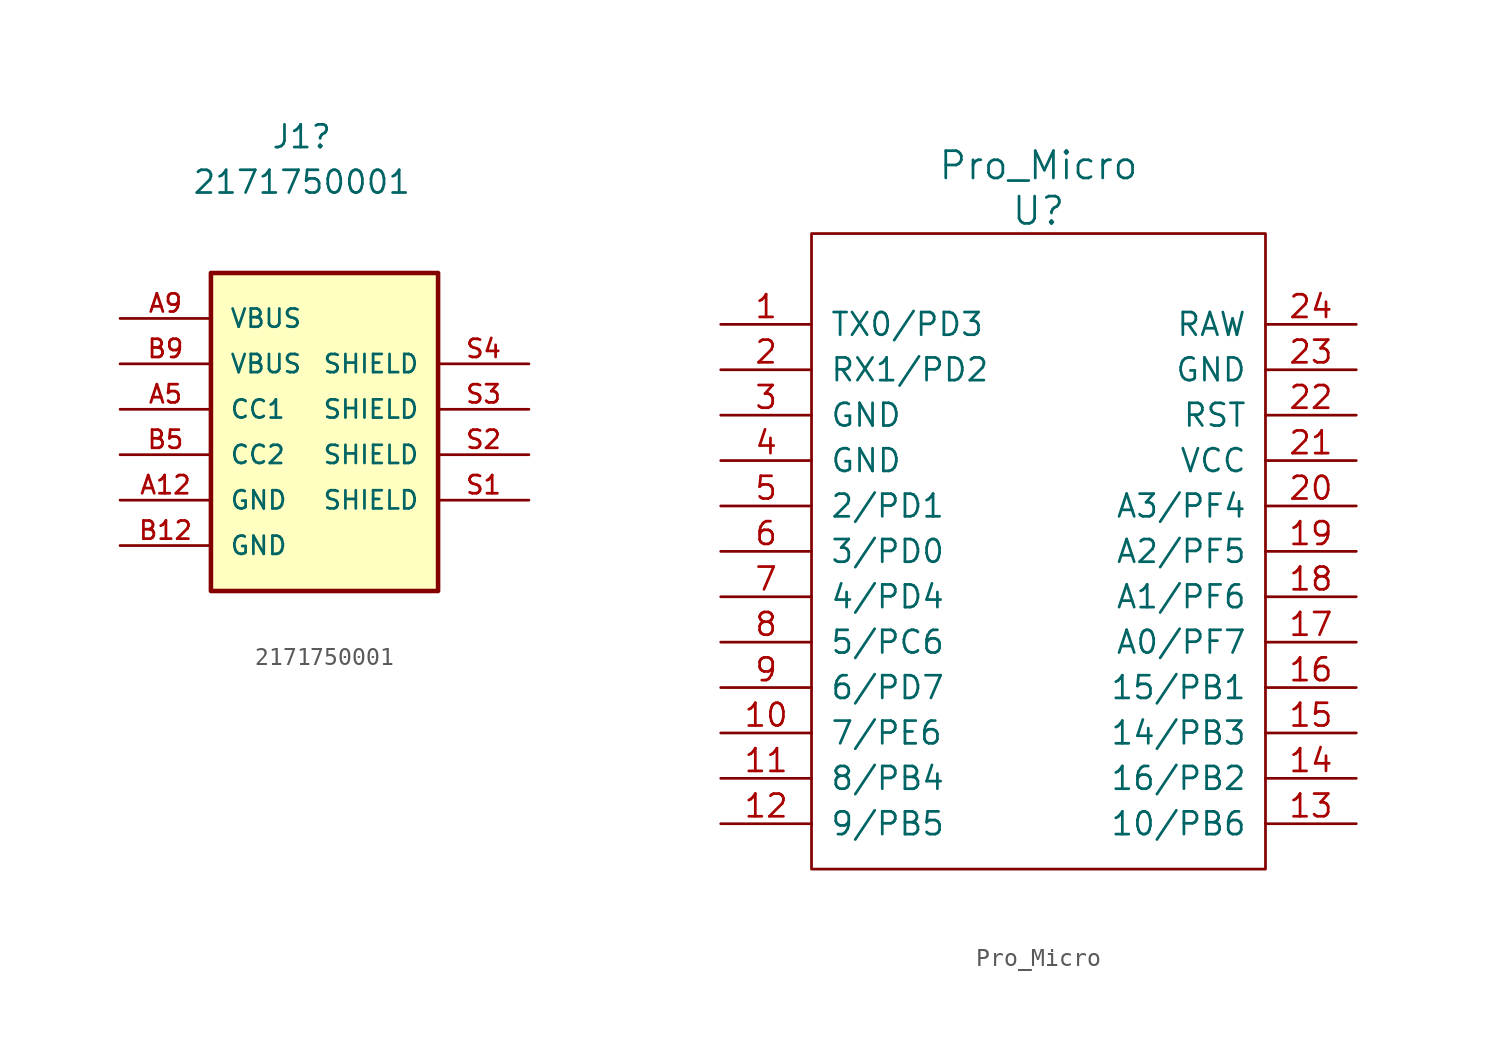
<source format=kicad_sym>
(kicad_symbol_lib
  (version 20211014)
  (generator kicad_symbol_editor)
  (symbol "2171750001"
    (pin_names
      (offset 1.016))
    (property "Reference" "J1"
      (at 0 15.24 0)
      (effects (font (size 1.27 1.27))))
    (property "Value" "2171750001"
      (at 0 12.7 0)
      (effects (font (size 1.27 1.27))))
    (symbol "2171750001_0_0"
      (rectangle (start -5.08 7.62) (end 7.62 -10.16) (stroke (width 0.254) (type default) (color 0 0 0 0)) (fill (type background)))
      (pin power_in line (at -10.16 -5.08 0) (length 5.08) (name "GND" (effects (font (size 1.016 1.016)))) (number "A12" (effects (font (size 1.016 1.016)))))
      (pin bidirectional line (at -10.16 0 0) (length 5.08) (name "CC1" (effects (font (size 1.016 1.016)))) (number "A5" (effects (font (size 1.016 1.016)))))
      (pin power_in line (at -10.16 5.08 0) (length 5.08) (name "VBUS" (effects (font (size 1.016 1.016)))) (number "A9" (effects (font (size 1.016 1.016)))))
      (pin power_in line (at -10.16 -7.62 0) (length 5.08) (name "GND" (effects (font (size 1.016 1.016)))) (number "B12" (effects (font (size 1.016 1.016)))))
      (pin bidirectional line (at -10.16 -2.54 0) (length 5.08) (name "CC2" (effects (font (size 1.016 1.016)))) (number "B5" (effects (font (size 1.016 1.016)))))
      (pin power_in line (at -10.16 2.54 0) (length 5.08) (name "VBUS" (effects (font (size 1.016 1.016)))) (number "B9" (effects (font (size 1.016 1.016)))))
      (pin passive line (at 12.7 -5.08 180) (length 5.08) (name "SHIELD" (effects (font (size 1.016 1.016)))) (number "S1" (effects (font (size 1.016 1.016)))))
      (pin passive line (at 12.7 -2.54 180) (length 5.08) (name "SHIELD" (effects (font (size 1.016 1.016)))) (number "S2" (effects (font (size 1.016 1.016)))))
      (pin passive line (at 12.7 0 180) (length 5.08) (name "SHIELD" (effects (font (size 1.016 1.016)))) (number "S3" (effects (font (size 1.016 1.016)))))
      (pin passive line (at 12.7 2.54 180) (length 5.08) (name "SHIELD" (effects (font (size 1.016 1.016)))) (number "S4" (effects (font (size 1.016 1.016)))))))
  (symbol "Pro_Micro"
    (pin_names
      (offset 1.016))
    (property "Reference" "U"
      (at 0 20.32 0)
      (effects (font (size 1.524 1.524))))
    (property "Value" "Pro_Micro"
      (at 0 22.86 0)
      (effects (font (size 1.524 1.524))))
    (symbol "Pro_Micro_0_1"
      (rectangle (start 12.7 -16.51) (end -12.7 19.05) (stroke (width 0) (type default) (color 0 0 0 0)) (fill (type none))))
    (symbol "Pro_Micro_1_1"
      (pin input line (at -17.78 13.97 0) (length 5.08) (name "TX0/PD3" (effects (font (size 1.27 1.27)))) (number "1" (effects (font (size 1.27 1.27)))))
      (pin input line (at -17.78 -8.89 0) (length 5.08) (name "7/PE6" (effects (font (size 1.27 1.27)))) (number "10" (effects (font (size 1.27 1.27)))))
      (pin input line (at -17.78 -11.43 0) (length 5.08) (name "8/PB4" (effects (font (size 1.27 1.27)))) (number "11" (effects (font (size 1.27 1.27)))))
      (pin input line (at -17.78 -13.97 0) (length 5.08) (name "9/PB5" (effects (font (size 1.27 1.27)))) (number "12" (effects (font (size 1.27 1.27)))))
      (pin input line (at 17.78 -13.97 180) (length 5.08) (name "10/PB6" (effects (font (size 1.27 1.27)))) (number "13" (effects (font (size 1.27 1.27)))))
      (pin input line (at 17.78 -11.43 180) (length 5.08) (name "16/PB2" (effects (font (size 1.27 1.27)))) (number "14" (effects (font (size 1.27 1.27)))))
      (pin input line (at 17.78 -8.89 180) (length 5.08) (name "14/PB3" (effects (font (size 1.27 1.27)))) (number "15" (effects (font (size 1.27 1.27)))))
      (pin input line (at 17.78 -6.35 180) (length 5.08) (name "15/PB1" (effects (font (size 1.27 1.27)))) (number "16" (effects (font (size 1.27 1.27)))))
      (pin input line (at 17.78 -3.81 180) (length 5.08) (name "A0/PF7" (effects (font (size 1.27 1.27)))) (number "17" (effects (font (size 1.27 1.27)))))
      (pin input line (at 17.78 -1.27 180) (length 5.08) (name "A1/PF6" (effects (font (size 1.27 1.27)))) (number "18" (effects (font (size 1.27 1.27)))))
      (pin input line (at 17.78 1.27 180) (length 5.08) (name "A2/PF5" (effects (font (size 1.27 1.27)))) (number "19" (effects (font (size 1.27 1.27)))))
      (pin input line (at -17.78 11.43 0) (length 5.08) (name "RX1/PD2" (effects (font (size 1.27 1.27)))) (number "2" (effects (font (size 1.27 1.27)))))
      (pin input line (at 17.78 3.81 180) (length 5.08) (name "A3/PF4" (effects (font (size 1.27 1.27)))) (number "20" (effects (font (size 1.27 1.27)))))
      (pin input line (at 17.78 6.35 180) (length 5.08) (name "VCC" (effects (font (size 1.27 1.27)))) (number "21" (effects (font (size 1.27 1.27)))))
      (pin input line (at 17.78 8.89 180) (length 5.08) (name "RST" (effects (font (size 1.27 1.27)))) (number "22" (effects (font (size 1.27 1.27)))))
      (pin input line (at 17.78 11.43 180) (length 5.08) (name "GND" (effects (font (size 1.27 1.27)))) (number "23" (effects (font (size 1.27 1.27)))))
      (pin input line (at 17.78 13.97 180) (length 5.08) (name "RAW" (effects (font (size 1.27 1.27)))) (number "24" (effects (font (size 1.27 1.27)))))
      (pin input line (at -17.78 8.89 0) (length 5.08) (name "GND" (effects (font (size 1.27 1.27)))) (number "3" (effects (font (size 1.27 1.27)))))
      (pin input line (at -17.78 6.35 0) (length 5.08) (name "GND" (effects (font (size 1.27 1.27)))) (number "4" (effects (font (size 1.27 1.27)))))
      (pin input line (at -17.78 3.81 0) (length 5.08) (name "2/PD1" (effects (font (size 1.27 1.27)))) (number "5" (effects (font (size 1.27 1.27)))))
      (pin input line (at -17.78 1.27 0) (length 5.08) (name "3/PD0" (effects (font (size 1.27 1.27)))) (number "6" (effects (font (size 1.27 1.27)))))
      (pin input line (at -17.78 -1.27 0) (length 5.08) (name "4/PD4" (effects (font (size 1.27 1.27)))) (number "7" (effects (font (size 1.27 1.27)))))
      (pin input line (at -17.78 -3.81 0) (length 5.08) (name "5/PC6" (effects (font (size 1.27 1.27)))) (number "8" (effects (font (size 1.27 1.27)))))
      (pin input line (at -17.78 -6.35 0) (length 5.08) (name "6/PD7" (effects (font (size 1.27 1.27)))) (number "9" (effects (font (size 1.27 1.27))))))))
</source>
